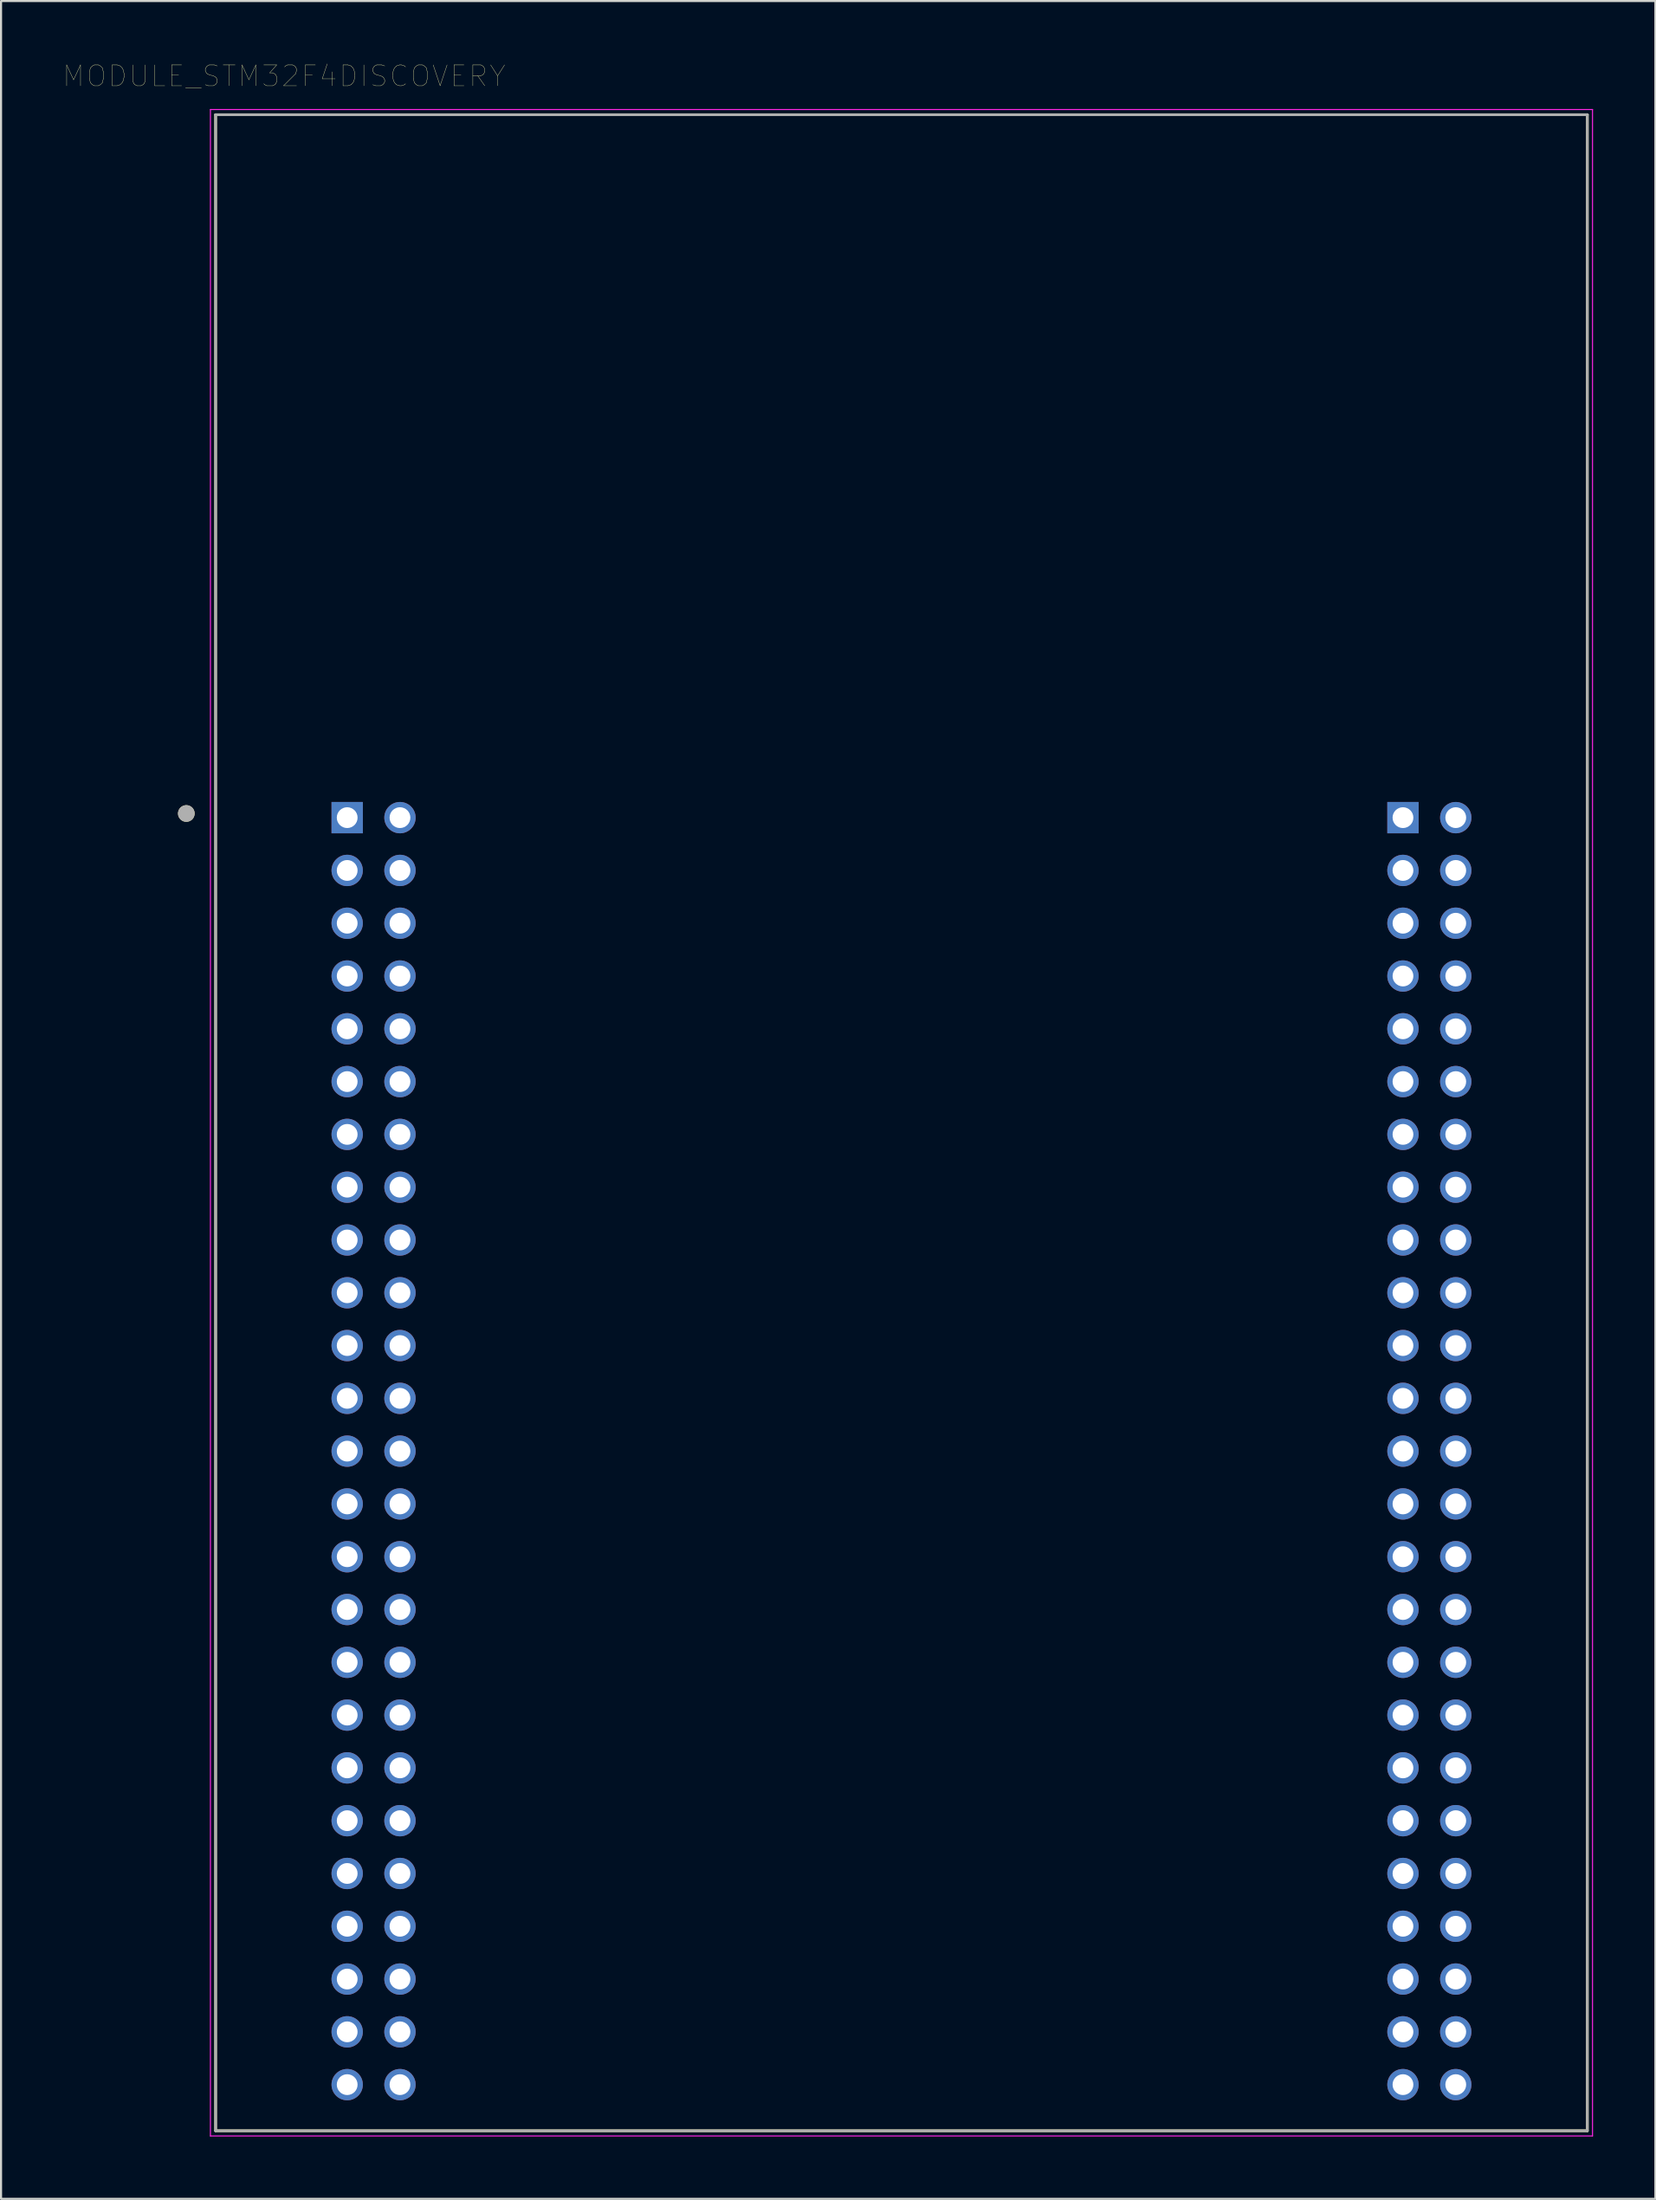
<source format=kicad_pcb>
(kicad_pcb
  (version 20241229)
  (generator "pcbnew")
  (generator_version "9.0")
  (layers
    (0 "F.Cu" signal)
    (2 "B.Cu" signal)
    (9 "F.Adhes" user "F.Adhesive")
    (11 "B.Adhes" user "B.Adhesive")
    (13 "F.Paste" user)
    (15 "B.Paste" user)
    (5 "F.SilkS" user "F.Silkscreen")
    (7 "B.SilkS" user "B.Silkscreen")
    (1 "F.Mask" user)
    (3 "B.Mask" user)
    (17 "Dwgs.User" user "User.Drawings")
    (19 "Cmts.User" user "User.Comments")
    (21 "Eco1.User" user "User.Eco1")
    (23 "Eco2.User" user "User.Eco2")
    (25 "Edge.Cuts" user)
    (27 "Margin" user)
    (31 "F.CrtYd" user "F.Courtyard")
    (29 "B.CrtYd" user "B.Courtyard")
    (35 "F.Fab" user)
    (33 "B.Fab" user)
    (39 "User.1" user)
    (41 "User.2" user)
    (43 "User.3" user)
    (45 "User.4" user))
  (footprint "MODULE_STM32F4DISCOVERY"
    (layer "F.Cu")
    (at 40.325 50.97)
    (property "Reference" "MODULE_STM32F4DISCOVERY" (at -29.705 -50.358 0) (layer "F.SilkS") (effects (font (size 1.001 1.001) (thickness 0.015))))
    (attr through_hole)
    (fp_line (start -33 -48.5) (end 33 -48.5) (stroke (width 0.127) (type solid)) (layer "F.SilkS"))
    (fp_line (start -33 48.5) (end -33 -48.5) (stroke (width 0.127) (type solid)) (layer "F.SilkS"))
    (fp_line (start -33 48.5) (end 33 48.5) (stroke (width 0.127) (type solid)) (layer "F.SilkS"))
    (fp_line (start 33 48.5) (end 33 -48.5) (stroke (width 0.127) (type solid)) (layer "F.SilkS"))
    (fp_circle (center -34.41 -14.88) (end -34.21 -14.88) (stroke (width 0.4) (type solid)) (fill no) (layer "F.SilkS"))
    (fp_line (start -33.25 -48.75) (end -33.25 48.75) (stroke (width 0.05) (type solid)) (layer "F.CrtYd"))
    (fp_line (start -33.25 48.75) (end 33.25 48.75) (stroke (width 0.05) (type solid)) (layer "F.CrtYd"))
    (fp_line (start 33.25 -48.75) (end -33.25 -48.75) (stroke (width 0.05) (type solid)) (layer "F.CrtYd"))
    (fp_line (start 33.25 48.75) (end 33.25 -48.75) (stroke (width 0.05) (type solid)) (layer "F.CrtYd"))
    (fp_line (start -33 -48.5) (end 33 -48.5) (stroke (width 0.127) (type solid)) (layer "F.Fab"))
    (fp_line (start -33 48.5) (end -33 -48.5) (stroke (width 0.127) (type solid)) (layer "F.Fab"))
    (fp_line (start -33 48.5) (end 33 48.5) (stroke (width 0.127) (type solid)) (layer "F.Fab"))
    (fp_line (start 33 48.5) (end 33 -48.5) (stroke (width 0.127) (type solid)) (layer "F.Fab"))
    (fp_circle (center -34.41 -14.88) (end -34.21 -14.88) (stroke (width 0.4) (type solid)) (fill no) (layer "F.Fab"))
    (pad "P1_1" thru_hole rect (at -26.67 -14.68) (size 1.508 1.508) (drill 1) (layers "*.Cu" "*.Mask"))
    (pad "P1_2" thru_hole circle (at -24.13 -14.68) (size 1.508 1.508) (drill 1) (layers "*.Cu" "*.Mask"))
    (pad "P1_3" thru_hole circle (at -26.67 -12.14) (size 1.508 1.508) (drill 1) (layers "*.Cu" "*.Mask"))
    (pad "P1_4" thru_hole circle (at -24.13 -12.14) (size 1.508 1.508) (drill 1) (layers "*.Cu" "*.Mask"))
    (pad "P1_5" thru_hole circle (at -26.67 -9.6) (size 1.508 1.508) (drill 1) (layers "*.Cu" "*.Mask"))
    (pad "P1_6" thru_hole circle (at -24.13 -9.6) (size 1.508 1.508) (drill 1) (layers "*.Cu" "*.Mask"))
    (pad "P1_7" thru_hole circle (at -26.67 -7.06) (size 1.508 1.508) (drill 1) (layers "*.Cu" "*.Mask"))
    (pad "P1_8" thru_hole circle (at -24.13 -7.06) (size 1.508 1.508) (drill 1) (layers "*.Cu" "*.Mask"))
    (pad "P1_9" thru_hole circle (at -26.67 -4.52) (size 1.508 1.508) (drill 1) (layers "*.Cu" "*.Mask"))
    (pad "P1_10" thru_hole circle (at -24.13 -4.52) (size 1.508 1.508) (drill 1) (layers "*.Cu" "*.Mask"))
    (pad "P1_11" thru_hole circle (at -26.67 -1.98) (size 1.508 1.508) (drill 1) (layers "*.Cu" "*.Mask"))
    (pad "P1_12" thru_hole circle (at -24.13 -1.98) (size 1.508 1.508) (drill 1) (layers "*.Cu" "*.Mask"))
    (pad "P1_13" thru_hole circle (at -26.67 0.56) (size 1.508 1.508) (drill 1) (layers "*.Cu" "*.Mask"))
    (pad "P1_14" thru_hole circle (at -24.13 0.56) (size 1.508 1.508) (drill 1) (layers "*.Cu" "*.Mask"))
    (pad "P1_15" thru_hole circle (at -26.67 3.1) (size 1.508 1.508) (drill 1) (layers "*.Cu" "*.Mask"))
    (pad "P1_16" thru_hole circle (at -24.13 3.1) (size 1.508 1.508) (drill 1) (layers "*.Cu" "*.Mask"))
    (pad "P1_17" thru_hole circle (at -26.67 5.64) (size 1.508 1.508) (drill 1) (layers "*.Cu" "*.Mask"))
    (pad "P1_18" thru_hole circle (at -24.13 5.64) (size 1.508 1.508) (drill 1) (layers "*.Cu" "*.Mask"))
    (pad "P1_19" thru_hole circle (at -26.67 8.18) (size 1.508 1.508) (drill 1) (layers "*.Cu" "*.Mask"))
    (pad "P1_20" thru_hole circle (at -24.13 8.18) (size 1.508 1.508) (drill 1) (layers "*.Cu" "*.Mask"))
    (pad "P1_21" thru_hole circle (at -26.67 10.72) (size 1.508 1.508) (drill 1) (layers "*.Cu" "*.Mask"))
    (pad "P1_22" thru_hole circle (at -24.13 10.72) (size 1.508 1.508) (drill 1) (layers "*.Cu" "*.Mask"))
    (pad "P1_23" thru_hole circle (at -26.67 13.26) (size 1.508 1.508) (drill 1) (layers "*.Cu" "*.Mask"))
    (pad "P1_24" thru_hole circle (at -24.13 13.26) (size 1.508 1.508) (drill 1) (layers "*.Cu" "*.Mask"))
    (pad "P1_25" thru_hole circle (at -26.67 15.8) (size 1.508 1.508) (drill 1) (layers "*.Cu" "*.Mask"))
    (pad "P1_26" thru_hole circle (at -24.13 15.8) (size 1.508 1.508) (drill 1) (layers "*.Cu" "*.Mask"))
    (pad "P1_27" thru_hole circle (at -26.67 18.34) (size 1.508 1.508) (drill 1) (layers "*.Cu" "*.Mask"))
    (pad "P1_28" thru_hole circle (at -24.13 18.34) (size 1.508 1.508) (drill 1) (layers "*.Cu" "*.Mask"))
    (pad "P1_29" thru_hole circle (at -26.67 20.88) (size 1.508 1.508) (drill 1) (layers "*.Cu" "*.Mask"))
    (pad "P1_30" thru_hole circle (at -24.13 20.88) (size 1.508 1.508) (drill 1) (layers "*.Cu" "*.Mask"))
    (pad "P1_31" thru_hole circle (at -26.67 23.42) (size 1.508 1.508) (drill 1) (layers "*.Cu" "*.Mask"))
    (pad "P1_32" thru_hole circle (at -24.13 23.42) (size 1.508 1.508) (drill 1) (layers "*.Cu" "*.Mask"))
    (pad "P1_33" thru_hole circle (at -26.67 25.96) (size 1.508 1.508) (drill 1) (layers "*.Cu" "*.Mask"))
    (pad "P1_34" thru_hole circle (at -24.13 25.96) (size 1.508 1.508) (drill 1) (layers "*.Cu" "*.Mask"))
    (pad "P1_35" thru_hole circle (at -26.67 28.5) (size 1.508 1.508) (drill 1) (layers "*.Cu" "*.Mask"))
    (pad "P1_36" thru_hole circle (at -24.13 28.5) (size 1.508 1.508) (drill 1) (layers "*.Cu" "*.Mask"))
    (pad "P1_37" thru_hole circle (at -26.67 31.04) (size 1.508 1.508) (drill 1) (layers "*.Cu" "*.Mask"))
    (pad "P1_38" thru_hole circle (at -24.13 31.04) (size 1.508 1.508) (drill 1) (layers "*.Cu" "*.Mask"))
    (pad "P1_39" thru_hole circle (at -26.67 33.58) (size 1.508 1.508) (drill 1) (layers "*.Cu" "*.Mask"))
    (pad "P1_40" thru_hole circle (at -24.13 33.58) (size 1.508 1.508) (drill 1) (layers "*.Cu" "*.Mask"))
    (pad "P1_41" thru_hole circle (at -26.67 36.12) (size 1.508 1.508) (drill 1) (layers "*.Cu" "*.Mask"))
    (pad "P1_42" thru_hole circle (at -24.13 36.12) (size 1.508 1.508) (drill 1) (layers "*.Cu" "*.Mask"))
    (pad "P1_43" thru_hole circle (at -26.67 38.66) (size 1.508 1.508) (drill 1) (layers "*.Cu" "*.Mask"))
    (pad "P1_44" thru_hole circle (at -24.13 38.66) (size 1.508 1.508) (drill 1) (layers "*.Cu" "*.Mask"))
    (pad "P1_45" thru_hole circle (at -26.67 41.2) (size 1.508 1.508) (drill 1) (layers "*.Cu" "*.Mask"))
    (pad "P1_46" thru_hole circle (at -24.13 41.2) (size 1.508 1.508) (drill 1) (layers "*.Cu" "*.Mask"))
    (pad "P1_47" thru_hole circle (at -26.67 43.74) (size 1.508 1.508) (drill 1) (layers "*.Cu" "*.Mask"))
    (pad "P1_48" thru_hole circle (at -24.13 43.74) (size 1.508 1.508) (drill 1) (layers "*.Cu" "*.Mask"))
    (pad "P1_49" thru_hole circle (at -26.67 46.28) (size 1.508 1.508) (drill 1) (layers "*.Cu" "*.Mask"))
    (pad "P1_50" thru_hole circle (at -24.13 46.28) (size 1.508 1.508) (drill 1) (layers "*.Cu" "*.Mask"))
    (pad "P2_1" thru_hole rect (at 24.13 -14.68) (size 1.508 1.508) (drill 1) (layers "*.Cu" "*.Mask"))
    (pad "P2_2" thru_hole circle (at 26.67 -14.68) (size 1.508 1.508) (drill 1) (layers "*.Cu" "*.Mask"))
    (pad "P2_3" thru_hole circle (at 24.13 -12.14) (size 1.508 1.508) (drill 1) (layers "*.Cu" "*.Mask"))
    (pad "P2_4" thru_hole circle (at 26.67 -12.14) (size 1.508 1.508) (drill 1) (layers "*.Cu" "*.Mask"))
    (pad "P2_5" thru_hole circle (at 24.13 -9.6) (size 1.508 1.508) (drill 1) (layers "*.Cu" "*.Mask"))
    (pad "P2_6" thru_hole circle (at 26.67 -9.6) (size 1.508 1.508) (drill 1) (layers "*.Cu" "*.Mask"))
    (pad "P2_7" thru_hole circle (at 24.13 -7.06) (size 1.508 1.508) (drill 1) (layers "*.Cu" "*.Mask"))
    (pad "P2_8" thru_hole circle (at 26.67 -7.06) (size 1.508 1.508) (drill 1) (layers "*.Cu" "*.Mask"))
    (pad "P2_9" thru_hole circle (at 24.13 -4.52) (size 1.508 1.508) (drill 1) (layers "*.Cu" "*.Mask"))
    (pad "P2_10" thru_hole circle (at 26.67 -4.52) (size 1.508 1.508) (drill 1) (layers "*.Cu" "*.Mask"))
    (pad "P2_11" thru_hole circle (at 24.13 -1.98) (size 1.508 1.508) (drill 1) (layers "*.Cu" "*.Mask"))
    (pad "P2_12" thru_hole circle (at 26.67 -1.98) (size 1.508 1.508) (drill 1) (layers "*.Cu" "*.Mask"))
    (pad "P2_13" thru_hole circle (at 24.13 0.56) (size 1.508 1.508) (drill 1) (layers "*.Cu" "*.Mask"))
    (pad "P2_14" thru_hole circle (at 26.67 0.56) (size 1.508 1.508) (drill 1) (layers "*.Cu" "*.Mask"))
    (pad "P2_15" thru_hole circle (at 24.13 3.1) (size 1.508 1.508) (drill 1) (layers "*.Cu" "*.Mask"))
    (pad "P2_16" thru_hole circle (at 26.67 3.1) (size 1.508 1.508) (drill 1) (layers "*.Cu" "*.Mask"))
    (pad "P2_17" thru_hole circle (at 24.13 5.64) (size 1.508 1.508) (drill 1) (layers "*.Cu" "*.Mask"))
    (pad "P2_18" thru_hole circle (at 26.67 5.64) (size 1.508 1.508) (drill 1) (layers "*.Cu" "*.Mask"))
    (pad "P2_19" thru_hole circle (at 24.13 8.18) (size 1.508 1.508) (drill 1) (layers "*.Cu" "*.Mask"))
    (pad "P2_20" thru_hole circle (at 26.67 8.18) (size 1.508 1.508) (drill 1) (layers "*.Cu" "*.Mask"))
    (pad "P2_21" thru_hole circle (at 24.13 10.72) (size 1.508 1.508) (drill 1) (layers "*.Cu" "*.Mask"))
    (pad "P2_22" thru_hole circle (at 26.67 10.72) (size 1.508 1.508) (drill 1) (layers "*.Cu" "*.Mask"))
    (pad "P2_23" thru_hole circle (at 24.13 13.26) (size 1.508 1.508) (drill 1) (layers "*.Cu" "*.Mask"))
    (pad "P2_24" thru_hole circle (at 26.67 13.26) (size 1.508 1.508) (drill 1) (layers "*.Cu" "*.Mask"))
    (pad "P2_25" thru_hole circle (at 24.13 15.8) (size 1.508 1.508) (drill 1) (layers "*.Cu" "*.Mask"))
    (pad "P2_26" thru_hole circle (at 26.67 15.8) (size 1.508 1.508) (drill 1) (layers "*.Cu" "*.Mask"))
    (pad "P2_27" thru_hole circle (at 24.13 18.34) (size 1.508 1.508) (drill 1) (layers "*.Cu" "*.Mask"))
    (pad "P2_28" thru_hole circle (at 26.67 18.34) (size 1.508 1.508) (drill 1) (layers "*.Cu" "*.Mask"))
    (pad "P2_29" thru_hole circle (at 24.13 20.88) (size 1.508 1.508) (drill 1) (layers "*.Cu" "*.Mask"))
    (pad "P2_30" thru_hole circle (at 26.67 20.88) (size 1.508 1.508) (drill 1) (layers "*.Cu" "*.Mask"))
    (pad "P2_31" thru_hole circle (at 24.13 23.42) (size 1.508 1.508) (drill 1) (layers "*.Cu" "*.Mask"))
    (pad "P2_32" thru_hole circle (at 26.67 23.42) (size 1.508 1.508) (drill 1) (layers "*.Cu" "*.Mask"))
    (pad "P2_33" thru_hole circle (at 24.13 25.96) (size 1.508 1.508) (drill 1) (layers "*.Cu" "*.Mask"))
    (pad "P2_34" thru_hole circle (at 26.67 25.96) (size 1.508 1.508) (drill 1) (layers "*.Cu" "*.Mask"))
    (pad "P2_35" thru_hole circle (at 24.13 28.5) (size 1.508 1.508) (drill 1) (layers "*.Cu" "*.Mask"))
    (pad "P2_36" thru_hole circle (at 26.67 28.5) (size 1.508 1.508) (drill 1) (layers "*.Cu" "*.Mask"))
    (pad "P2_37" thru_hole circle (at 24.13 31.04) (size 1.508 1.508) (drill 1) (layers "*.Cu" "*.Mask"))
    (pad "P2_38" thru_hole circle (at 26.67 31.04) (size 1.508 1.508) (drill 1) (layers "*.Cu" "*.Mask"))
    (pad "P2_39" thru_hole circle (at 24.13 33.58) (size 1.508 1.508) (drill 1) (layers "*.Cu" "*.Mask"))
    (pad "P2_40" thru_hole circle (at 26.67 33.58) (size 1.508 1.508) (drill 1) (layers "*.Cu" "*.Mask"))
    (pad "P2_41" thru_hole circle (at 24.13 36.12) (size 1.508 1.508) (drill 1) (layers "*.Cu" "*.Mask"))
    (pad "P2_42" thru_hole circle (at 26.67 36.12) (size 1.508 1.508) (drill 1) (layers "*.Cu" "*.Mask"))
    (pad "P2_43" thru_hole circle (at 24.13 38.66) (size 1.508 1.508) (drill 1) (layers "*.Cu" "*.Mask"))
    (pad "P2_44" thru_hole circle (at 26.67 38.66) (size 1.508 1.508) (drill 1) (layers "*.Cu" "*.Mask"))
    (pad "P2_45" thru_hole circle (at 24.13 41.2) (size 1.508 1.508) (drill 1) (layers "*.Cu" "*.Mask"))
    (pad "P2_46" thru_hole circle (at 26.67 41.2) (size 1.508 1.508) (drill 1) (layers "*.Cu" "*.Mask"))
    (pad "P2_47" thru_hole circle (at 24.13 43.74) (size 1.508 1.508) (drill 1) (layers "*.Cu" "*.Mask"))
    (pad "P2_48" thru_hole circle (at 26.67 43.74) (size 1.508 1.508) (drill 1) (layers "*.Cu" "*.Mask"))
    (pad "P2_49" thru_hole circle (at 24.13 46.28) (size 1.508 1.508) (drill 1) (layers "*.Cu" "*.Mask"))
    (pad "P2_50" thru_hole circle (at 26.67 46.28) (size 1.508 1.508) (drill 1) (layers "*.Cu" "*.Mask")))
  (gr_rect
    (start -3 -3)
    (end 76.6 102.745)
    (stroke (width 0.1) (type default))
    (fill no)
    (layer "Edge.Cuts")))
</source>
